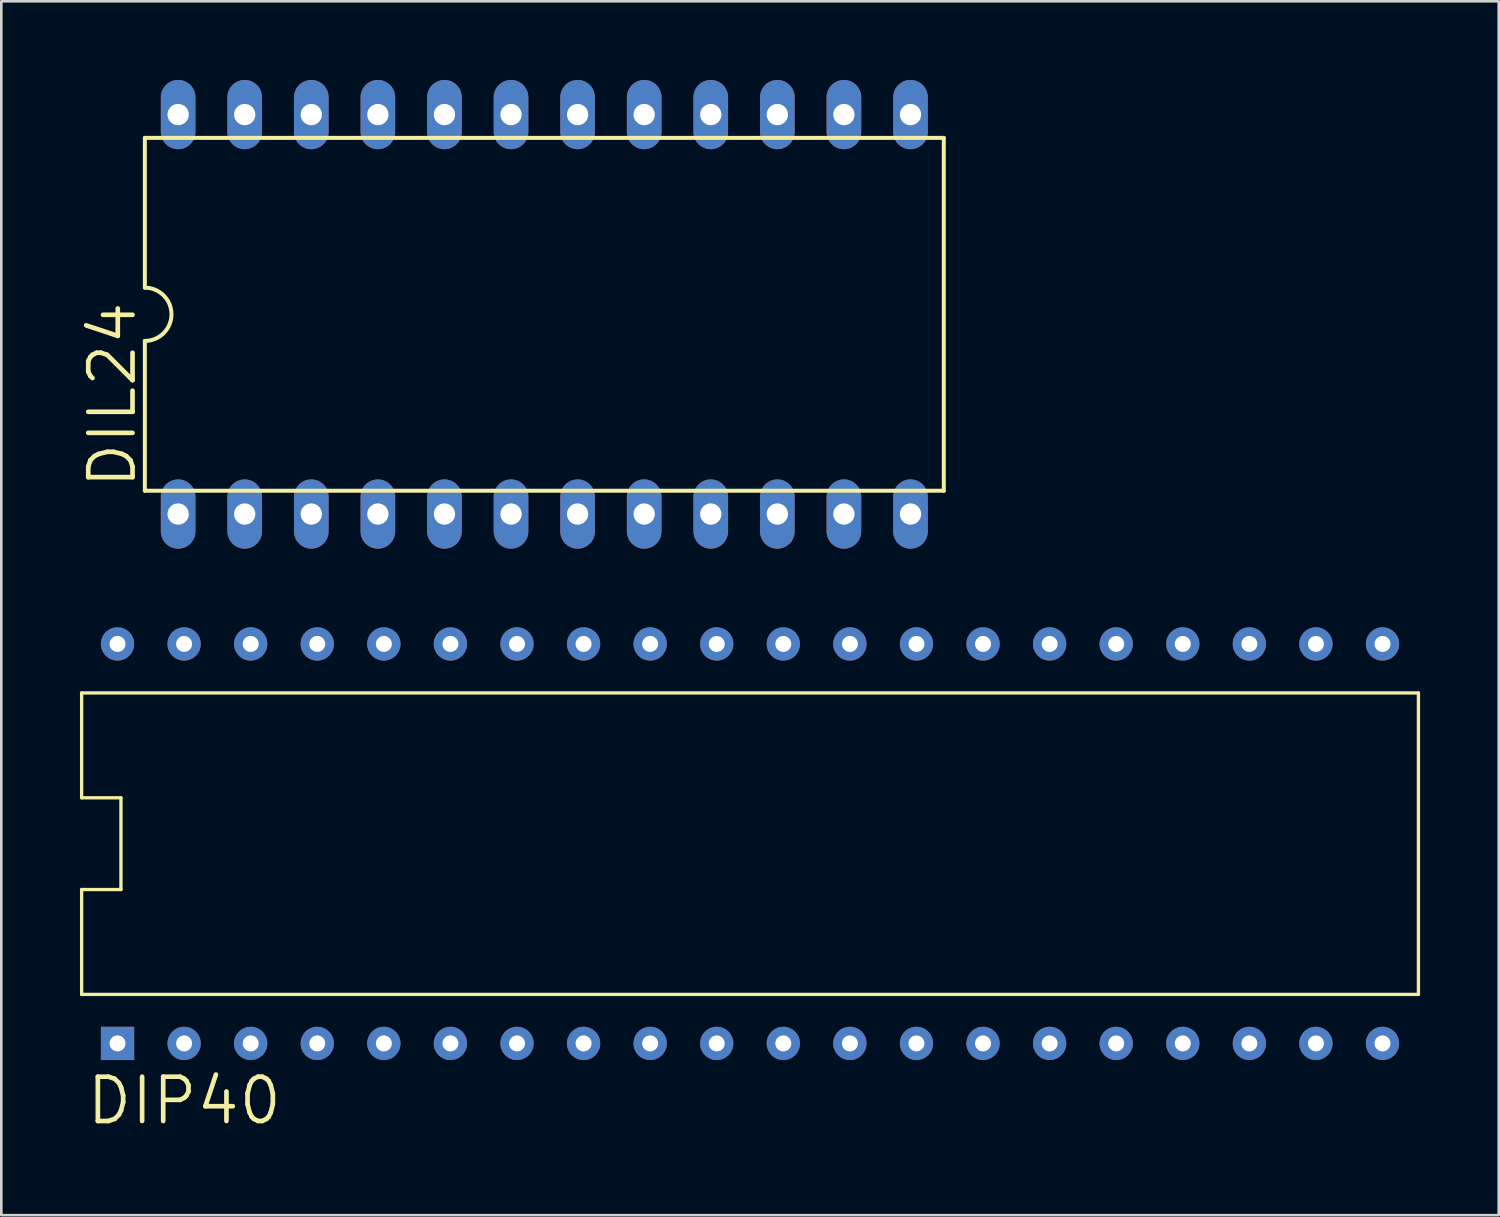
<source format=kicad_pcb>
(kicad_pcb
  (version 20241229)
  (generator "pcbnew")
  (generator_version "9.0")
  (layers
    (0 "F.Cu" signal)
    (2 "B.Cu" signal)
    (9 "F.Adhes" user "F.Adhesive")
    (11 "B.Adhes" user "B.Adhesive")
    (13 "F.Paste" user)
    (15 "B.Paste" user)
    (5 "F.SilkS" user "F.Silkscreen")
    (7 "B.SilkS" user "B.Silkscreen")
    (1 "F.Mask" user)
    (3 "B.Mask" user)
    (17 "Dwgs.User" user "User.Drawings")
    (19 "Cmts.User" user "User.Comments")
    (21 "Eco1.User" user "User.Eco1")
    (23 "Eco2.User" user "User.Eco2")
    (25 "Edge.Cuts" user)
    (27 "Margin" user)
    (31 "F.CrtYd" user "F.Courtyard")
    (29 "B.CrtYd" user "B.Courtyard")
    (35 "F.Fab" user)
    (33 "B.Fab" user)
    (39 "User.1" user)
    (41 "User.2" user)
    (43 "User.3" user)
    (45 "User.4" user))
  (footprint "DIP40"
    (layer "F.Cu")
    (at 25.564 29.137)
    (property "Reference" "DIP40" (at -25.4 10.795 0) (layer "F.SilkS") (effects (font (size 1.689 1.689) (thickness 0.178)) (justify left bottom)))
    (attr through_hole)
    (fp_line (start -25.5 -5.75) (end -25.5 -1.75) (stroke (width 0.127) (type solid)) (layer "F.SilkS"))
    (fp_line (start -25.5 -5.75) (end 25.5 -5.75) (stroke (width 0.127) (type solid)) (layer "F.SilkS"))
    (fp_line (start -25.5 -1.75) (end -24 -1.75) (stroke (width 0.127) (type solid)) (layer "F.SilkS"))
    (fp_line (start -25.5 1.75) (end -25.5 5.75) (stroke (width 0.127) (type solid)) (layer "F.SilkS"))
    (fp_line (start -25.5 1.75) (end -24 1.75) (stroke (width 0.127) (type solid)) (layer "F.SilkS"))
    (fp_line (start -25.5 5.75) (end 25.5 5.75) (stroke (width 0.127) (type solid)) (layer "F.SilkS"))
    (fp_line (start -24 -1.75) (end -24 1.75) (stroke (width 0.127) (type solid)) (layer "F.SilkS"))
    (fp_line (start 25.5 5.75) (end 25.5 -5.75) (stroke (width 0.127) (type solid)) (layer "F.SilkS"))
    (pad "1" thru_hole rect (at -24.13 7.62 90) (size 1.27 1.27) (drill 0.61) (layers "*.Cu" "*.Mask"))
    (pad "2" thru_hole circle (at -21.59 7.62 90) (size 1.27 1.27) (drill 0.61) (layers "*.Cu" "*.Mask"))
    (pad "3" thru_hole circle (at -19.05 7.62 90) (size 1.27 1.27) (drill 0.61) (layers "*.Cu" "*.Mask"))
    (pad "4" thru_hole circle (at -16.51 7.62 90) (size 1.27 1.27) (drill 0.61) (layers "*.Cu" "*.Mask"))
    (pad "5" thru_hole circle (at -13.97 7.62 90) (size 1.27 1.27) (drill 0.61) (layers "*.Cu" "*.Mask"))
    (pad "6" thru_hole circle (at -11.43 7.62 90) (size 1.27 1.27) (drill 0.61) (layers "*.Cu" "*.Mask"))
    (pad "7" thru_hole circle (at -8.89 7.62 90) (size 1.27 1.27) (drill 0.61) (layers "*.Cu" "*.Mask"))
    (pad "8" thru_hole circle (at -6.35 7.62 90) (size 1.27 1.27) (drill 0.61) (layers "*.Cu" "*.Mask"))
    (pad "9" thru_hole circle (at -3.81 7.62 90) (size 1.27 1.27) (drill 0.61) (layers "*.Cu" "*.Mask"))
    (pad "10" thru_hole circle (at -1.27 7.62 90) (size 1.27 1.27) (drill 0.61) (layers "*.Cu" "*.Mask"))
    (pad "11" thru_hole circle (at 1.27 7.62 90) (size 1.27 1.27) (drill 0.61) (layers "*.Cu" "*.Mask"))
    (pad "12" thru_hole circle (at 3.81 7.62 90) (size 1.27 1.27) (drill 0.61) (layers "*.Cu" "*.Mask"))
    (pad "13" thru_hole circle (at 6.35 7.62 90) (size 1.27 1.27) (drill 0.61) (layers "*.Cu" "*.Mask"))
    (pad "14" thru_hole circle (at 8.89 7.62 90) (size 1.27 1.27) (drill 0.61) (layers "*.Cu" "*.Mask"))
    (pad "15" thru_hole circle (at 11.43 7.62 90) (size 1.27 1.27) (drill 0.61) (layers "*.Cu" "*.Mask"))
    (pad "16" thru_hole circle (at 13.97 7.62 90) (size 1.27 1.27) (drill 0.61) (layers "*.Cu" "*.Mask"))
    (pad "17" thru_hole circle (at 16.51 7.62 90) (size 1.27 1.27) (drill 0.61) (layers "*.Cu" "*.Mask"))
    (pad "18" thru_hole circle (at 19.05 7.62 90) (size 1.27 1.27) (drill 0.61) (layers "*.Cu" "*.Mask"))
    (pad "19" thru_hole circle (at 21.59 7.62 90) (size 1.27 1.27) (drill 0.61) (layers "*.Cu" "*.Mask"))
    (pad "20" thru_hole circle (at 24.13 7.62 90) (size 1.27 1.27) (drill 0.61) (layers "*.Cu" "*.Mask"))
    (pad "21" thru_hole circle (at 24.13 -7.62 90) (size 1.27 1.27) (drill 0.61) (layers "*.Cu" "*.Mask"))
    (pad "22" thru_hole circle (at 21.59 -7.62 90) (size 1.27 1.27) (drill 0.61) (layers "*.Cu" "*.Mask"))
    (pad "23" thru_hole circle (at 19.05 -7.62 90) (size 1.27 1.27) (drill 0.61) (layers "*.Cu" "*.Mask"))
    (pad "24" thru_hole circle (at 16.51 -7.62 90) (size 1.27 1.27) (drill 0.61) (layers "*.Cu" "*.Mask"))
    (pad "25" thru_hole circle (at 13.97 -7.62 90) (size 1.27 1.27) (drill 0.61) (layers "*.Cu" "*.Mask"))
    (pad "26" thru_hole circle (at 11.43 -7.62 90) (size 1.27 1.27) (drill 0.61) (layers "*.Cu" "*.Mask"))
    (pad "27" thru_hole circle (at 8.89 -7.62 90) (size 1.27 1.27) (drill 0.61) (layers "*.Cu" "*.Mask"))
    (pad "28" thru_hole circle (at 6.35 -7.62 90) (size 1.27 1.27) (drill 0.61) (layers "*.Cu" "*.Mask"))
    (pad "29" thru_hole circle (at 3.81 -7.62 90) (size 1.27 1.27) (drill 0.61) (layers "*.Cu" "*.Mask"))
    (pad "30" thru_hole circle (at 1.27 -7.62 90) (size 1.27 1.27) (drill 0.61) (layers "*.Cu" "*.Mask"))
    (pad "31" thru_hole circle (at -1.27 -7.62 90) (size 1.27 1.27) (drill 0.61) (layers "*.Cu" "*.Mask"))
    (pad "32" thru_hole circle (at -3.81 -7.62 90) (size 1.27 1.27) (drill 0.61) (layers "*.Cu" "*.Mask"))
    (pad "33" thru_hole circle (at -6.35 -7.62 90) (size 1.27 1.27) (drill 0.61) (layers "*.Cu" "*.Mask"))
    (pad "34" thru_hole circle (at -8.89 -7.62 90) (size 1.27 1.27) (drill 0.61) (layers "*.Cu" "*.Mask"))
    (pad "35" thru_hole circle (at -11.43 -7.62 90) (size 1.27 1.27) (drill 0.61) (layers "*.Cu" "*.Mask"))
    (pad "36" thru_hole circle (at -13.97 -7.62 90) (size 1.27 1.27) (drill 0.61) (layers "*.Cu" "*.Mask"))
    (pad "37" thru_hole circle (at -16.51 -7.62 90) (size 1.27 1.27) (drill 0.61) (layers "*.Cu" "*.Mask"))
    (pad "38" thru_hole circle (at -19.05 -7.62 90) (size 1.27 1.27) (drill 0.61) (layers "*.Cu" "*.Mask"))
    (pad "39" thru_hole circle (at -21.59 -7.62 90) (size 1.27 1.27) (drill 0.61) (layers "*.Cu" "*.Mask"))
    (pad "40" thru_hole circle (at -24.13 -7.62 90) (size 1.27 1.27) (drill 0.61) (layers "*.Cu" "*.Mask")))
  (footprint "DIL24"
    (layer "F.Cu")
    (at 17.716 8.941)
    (property "Reference" "DIL24" (at -15.494 6.731 90) (layer "F.SilkS") (effects (font (size 1.689 1.689) (thickness 0.178)) (justify left bottom)))
    (attr through_hole)
    (fp_line (start -15.24 -6.731) (end -15.24 -1.016) (stroke (width 0.152) (type solid)) (layer "F.SilkS"))
    (fp_line (start -15.24 6.731) (end -15.24 1.016) (stroke (width 0.152) (type solid)) (layer "F.SilkS"))
    (fp_line (start -15.24 6.731) (end 15.24 6.731) (stroke (width 0.152) (type solid)) (layer "F.SilkS"))
    (fp_line (start 15.24 -6.731) (end -15.24 -6.731) (stroke (width 0.152) (type solid)) (layer "F.SilkS"))
    (fp_line (start 15.24 -6.731) (end 15.24 6.731) (stroke (width 0.152) (type solid)) (layer "F.SilkS"))
    (fp_arc (start -15.24 -1.016) (mid -14.224 0) (end -15.24 1.016) (stroke (width 0.1524) (type solid)) (layer "F.SilkS"))
    (pad "1" thru_hole oval (at -13.97 7.62 90) (size 2.642 1.321) (drill 0.813) (layers "*.Cu" "*.Mask"))
    (pad "2" thru_hole oval (at -11.43 7.62 90) (size 2.642 1.321) (drill 0.813) (layers "*.Cu" "*.Mask"))
    (pad "3" thru_hole oval (at -8.89 7.62 90) (size 2.642 1.321) (drill 0.813) (layers "*.Cu" "*.Mask"))
    (pad "4" thru_hole oval (at -6.35 7.62 90) (size 2.642 1.321) (drill 0.813) (layers "*.Cu" "*.Mask"))
    (pad "5" thru_hole oval (at -3.81 7.62 90) (size 2.642 1.321) (drill 0.813) (layers "*.Cu" "*.Mask"))
    (pad "6" thru_hole oval (at -1.27 7.62 90) (size 2.642 1.321) (drill 0.813) (layers "*.Cu" "*.Mask"))
    (pad "7" thru_hole oval (at 1.27 7.62 90) (size 2.642 1.321) (drill 0.813) (layers "*.Cu" "*.Mask"))
    (pad "8" thru_hole oval (at 3.81 7.62 90) (size 2.642 1.321) (drill 0.813) (layers "*.Cu" "*.Mask"))
    (pad "9" thru_hole oval (at 6.35 7.62 90) (size 2.642 1.321) (drill 0.813) (layers "*.Cu" "*.Mask"))
    (pad "10" thru_hole oval (at 8.89 7.62 90) (size 2.642 1.321) (drill 0.813) (layers "*.Cu" "*.Mask"))
    (pad "11" thru_hole oval (at 11.43 7.62 90) (size 2.642 1.321) (drill 0.813) (layers "*.Cu" "*.Mask"))
    (pad "12" thru_hole oval (at 13.97 7.62 90) (size 2.642 1.321) (drill 0.813) (layers "*.Cu" "*.Mask"))
    (pad "13" thru_hole oval (at 13.97 -7.62 90) (size 2.642 1.321) (drill 0.813) (layers "*.Cu" "*.Mask"))
    (pad "14" thru_hole oval (at 11.43 -7.62 90) (size 2.642 1.321) (drill 0.813) (layers "*.Cu" "*.Mask"))
    (pad "15" thru_hole oval (at 8.89 -7.62 90) (size 2.642 1.321) (drill 0.813) (layers "*.Cu" "*.Mask"))
    (pad "16" thru_hole oval (at 6.35 -7.62 90) (size 2.642 1.321) (drill 0.813) (layers "*.Cu" "*.Mask"))
    (pad "17" thru_hole oval (at 3.81 -7.62 90) (size 2.642 1.321) (drill 0.813) (layers "*.Cu" "*.Mask"))
    (pad "18" thru_hole oval (at 1.27 -7.62 90) (size 2.642 1.321) (drill 0.813) (layers "*.Cu" "*.Mask"))
    (pad "19" thru_hole oval (at -1.27 -7.62 90) (size 2.642 1.321) (drill 0.813) (layers "*.Cu" "*.Mask"))
    (pad "20" thru_hole oval (at -3.81 -7.62 90) (size 2.642 1.321) (drill 0.813) (layers "*.Cu" "*.Mask"))
    (pad "21" thru_hole oval (at -6.35 -7.62 90) (size 2.642 1.321) (drill 0.813) (layers "*.Cu" "*.Mask"))
    (pad "22" thru_hole oval (at -8.89 -7.62 90) (size 2.642 1.321) (drill 0.813) (layers "*.Cu" "*.Mask"))
    (pad "23" thru_hole oval (at -11.43 -7.62 90) (size 2.642 1.321) (drill 0.813) (layers "*.Cu" "*.Mask"))
    (pad "24" thru_hole oval (at -13.97 -7.62 90) (size 2.642 1.321) (drill 0.813) (layers "*.Cu" "*.Mask")))
  (gr_rect
    (start -3 -3)
    (end 54.127 43.309)
    (stroke (width 0.1) (type default))
    (fill no)
    (layer "Edge.Cuts")))
</source>
